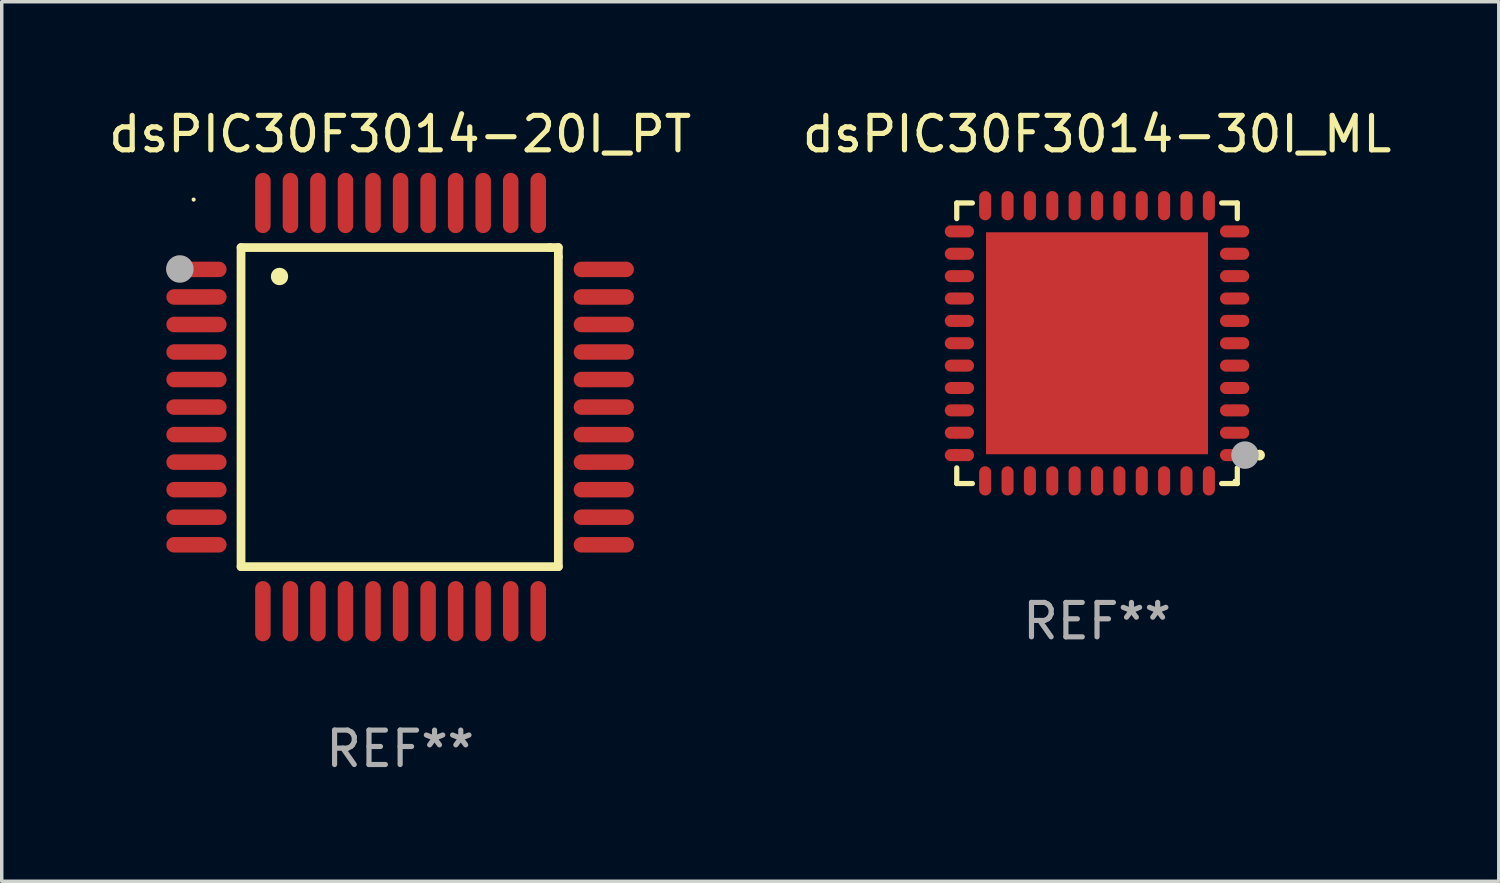
<source format=kicad_pcb>
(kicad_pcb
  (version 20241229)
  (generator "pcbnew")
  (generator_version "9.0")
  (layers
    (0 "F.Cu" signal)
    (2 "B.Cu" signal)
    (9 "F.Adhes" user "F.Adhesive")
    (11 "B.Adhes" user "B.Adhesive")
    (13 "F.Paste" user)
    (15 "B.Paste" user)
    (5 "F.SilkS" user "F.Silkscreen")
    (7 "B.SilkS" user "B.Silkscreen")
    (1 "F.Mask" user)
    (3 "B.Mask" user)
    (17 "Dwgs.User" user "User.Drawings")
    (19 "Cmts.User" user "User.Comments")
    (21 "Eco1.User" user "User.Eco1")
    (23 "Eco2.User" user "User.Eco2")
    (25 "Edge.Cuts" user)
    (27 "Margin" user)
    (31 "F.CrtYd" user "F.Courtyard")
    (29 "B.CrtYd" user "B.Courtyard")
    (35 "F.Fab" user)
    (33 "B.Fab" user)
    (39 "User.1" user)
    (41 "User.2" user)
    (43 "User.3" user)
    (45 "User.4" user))
  (footprint "dsPIC30F3014-20I_PT"
    (layer "F.Cu")
    (at 8.577 8.779)
    (property "Reference" "dsPIC30F3014-20I_PT" (at 0 -7.931 0) (layer "F.SilkS") (effects (font (size 1 1) (thickness 0.15))))
    (attr through_hole)
    (fp_line (start -4.623 -4.636) (end 4.35 -4.636) (stroke (width 0.254) (type solid)) (layer "F.SilkS"))
    (fp_line (start -4.623 4.636) (end -4.623 -4.636) (stroke (width 0.254) (type solid)) (layer "F.SilkS"))
    (fp_line (start 4.35 -4.636) (end 4.597 -4.636) (stroke (width 0.254) (type solid)) (layer "F.SilkS"))
    (fp_line (start 4.597 -4.636) (end 4.597 -4.363) (stroke (width 0.254) (type solid)) (layer "F.SilkS"))
    (fp_line (start 4.597 -4.363) (end 4.597 4.636) (stroke (width 0.254) (type solid)) (layer "F.SilkS"))
    (fp_line (start 4.597 4.636) (end -4.623 4.636) (stroke (width 0.254) (type solid)) (layer "F.SilkS"))
    (fp_arc (start -3.505207 -3.792228) (mid -3.50522 -3.794768) (end -3.505207 -3.797308) (stroke (width 0.5) (type solid)) (layer "F.SilkS"))
    (fp_circle (center -6 -6.03) (end -5.97 -6.03) (stroke (width 0.06) (type solid)) (fill no) (layer "F.SilkS"))
    (fp_circle (center -6.401 -4.013) (end -6.201 -4.013) (stroke (width 0.4) (type solid)) (fill no) (layer "F.Fab"))
    (fp_text user "REF**" (at 0 9.931 0) (layer "F.Fab") (effects (font (size 1 1) (thickness 0.15))))
    (pad "1" smd oval (at -5.918 -4.001 90) (size 0.45 1.75) (layers "F.Cu" "F.Mask" "F.Paste"))
    (pad "2" smd oval (at -5.918 -3.2 90) (size 0.45 1.75) (layers "F.Cu" "F.Mask" "F.Paste"))
    (pad "3" smd oval (at -5.918 -2.4 90) (size 0.45 1.75) (layers "F.Cu" "F.Mask" "F.Paste"))
    (pad "4" smd oval (at -5.918 -1.6 90) (size 0.45 1.75) (layers "F.Cu" "F.Mask" "F.Paste"))
    (pad "5" smd oval (at -5.918 -0.8 90) (size 0.45 1.75) (layers "F.Cu" "F.Mask" "F.Paste"))
    (pad "6" smd oval (at -5.918 0 90) (size 0.45 1.75) (layers "F.Cu" "F.Mask" "F.Paste"))
    (pad "7" smd oval (at -5.918 0.8 90) (size 0.45 1.75) (layers "F.Cu" "F.Mask" "F.Paste"))
    (pad "8" smd oval (at -5.918 1.6 90) (size 0.45 1.75) (layers "F.Cu" "F.Mask" "F.Paste"))
    (pad "9" smd oval (at -5.918 2.4 90) (size 0.45 1.75) (layers "F.Cu" "F.Mask" "F.Paste"))
    (pad "10" smd oval (at -5.918 3.2 90) (size 0.45 1.75) (layers "F.Cu" "F.Mask" "F.Paste"))
    (pad "11" smd oval (at -5.918 4.001 90) (size 0.45 1.75) (layers "F.Cu" "F.Mask" "F.Paste"))
    (pad "12" smd oval (at -3.988 5.931) (size 0.45 1.75) (layers "F.Cu" "F.Mask" "F.Paste"))
    (pad "13" smd oval (at -3.188 5.931) (size 0.45 1.75) (layers "F.Cu" "F.Mask" "F.Paste"))
    (pad "14" smd oval (at -2.388 5.931) (size 0.45 1.75) (layers "F.Cu" "F.Mask" "F.Paste"))
    (pad "15" smd oval (at -1.588 5.931) (size 0.45 1.75) (layers "F.Cu" "F.Mask" "F.Paste"))
    (pad "16" smd oval (at -0.787 5.931) (size 0.45 1.75) (layers "F.Cu" "F.Mask" "F.Paste"))
    (pad "17" smd oval (at 0.013 5.931) (size 0.45 1.75) (layers "F.Cu" "F.Mask" "F.Paste"))
    (pad "18" smd oval (at 0.813 5.931) (size 0.45 1.75) (layers "F.Cu" "F.Mask" "F.Paste"))
    (pad "19" smd oval (at 1.613 5.931) (size 0.45 1.75) (layers "F.Cu" "F.Mask" "F.Paste"))
    (pad "20" smd oval (at 2.413 5.931) (size 0.45 1.75) (layers "F.Cu" "F.Mask" "F.Paste"))
    (pad "21" smd oval (at 3.213 5.931) (size 0.45 1.75) (layers "F.Cu" "F.Mask" "F.Paste"))
    (pad "22" smd oval (at 4.013 5.931) (size 0.45 1.75) (layers "F.Cu" "F.Mask" "F.Paste"))
    (pad "23" smd oval (at 5.918 4.001 90) (size 0.45 1.75) (layers "F.Cu" "F.Mask" "F.Paste"))
    (pad "24" smd oval (at 5.918 3.2 90) (size 0.45 1.75) (layers "F.Cu" "F.Mask" "F.Paste"))
    (pad "25" smd oval (at 5.918 2.4 90) (size 0.45 1.75) (layers "F.Cu" "F.Mask" "F.Paste"))
    (pad "26" smd oval (at 5.918 1.6 90) (size 0.45 1.75) (layers "F.Cu" "F.Mask" "F.Paste"))
    (pad "27" smd oval (at 5.918 0.8 90) (size 0.45 1.75) (layers "F.Cu" "F.Mask" "F.Paste"))
    (pad "28" smd oval (at 5.918 0 90) (size 0.45 1.75) (layers "F.Cu" "F.Mask" "F.Paste"))
    (pad "29" smd oval (at 5.918 -0.8 90) (size 0.45 1.75) (layers "F.Cu" "F.Mask" "F.Paste"))
    (pad "30" smd oval (at 5.918 -1.6 90) (size 0.45 1.75) (layers "F.Cu" "F.Mask" "F.Paste"))
    (pad "31" smd oval (at 5.918 -2.4 90) (size 0.45 1.75) (layers "F.Cu" "F.Mask" "F.Paste"))
    (pad "32" smd oval (at 5.918 -3.2 90) (size 0.45 1.75) (layers "F.Cu" "F.Mask" "F.Paste"))
    (pad "33" smd oval (at 5.918 -4.001 90) (size 0.45 1.75) (layers "F.Cu" "F.Mask" "F.Paste"))
    (pad "34" smd oval (at 4.013 -5.931) (size 0.45 1.75) (layers "F.Cu" "F.Mask" "F.Paste"))
    (pad "35" smd oval (at 3.213 -5.931) (size 0.45 1.75) (layers "F.Cu" "F.Mask" "F.Paste"))
    (pad "36" smd oval (at 2.413 -5.931) (size 0.45 1.75) (layers "F.Cu" "F.Mask" "F.Paste"))
    (pad "37" smd oval (at 1.613 -5.931) (size 0.45 1.75) (layers "F.Cu" "F.Mask" "F.Paste"))
    (pad "38" smd oval (at 0.813 -5.931) (size 0.45 1.75) (layers "F.Cu" "F.Mask" "F.Paste"))
    (pad "39" smd oval (at 0.013 -5.931) (size 0.45 1.75) (layers "F.Cu" "F.Mask" "F.Paste"))
    (pad "40" smd oval (at -0.787 -5.931) (size 0.45 1.75) (layers "F.Cu" "F.Mask" "F.Paste"))
    (pad "41" smd oval (at -1.588 -5.931) (size 0.45 1.75) (layers "F.Cu" "F.Mask" "F.Paste"))
    (pad "42" smd oval (at -2.388 -5.931) (size 0.45 1.75) (layers "F.Cu" "F.Mask" "F.Paste"))
    (pad "43" smd oval (at -3.188 -5.931) (size 0.45 1.75) (layers "F.Cu" "F.Mask" "F.Paste"))
    (pad "44" smd oval (at -3.988 -5.931) (size 0.45 1.75) (layers "F.Cu" "F.Mask" "F.Paste")))
  (footprint "dsPIC30F3014-30I_ML"
    (layer "F.Cu")
    (at 28.827 6.924)
    (property "Reference" "dsPIC30F3014-30I_ML" (at 0 -6.076 0) (layer "F.SilkS") (effects (font (size 1 1) (thickness 0.15))))
    (attr through_hole)
    (fp_line (start -4.076 -4.076) (end -4.076 -3.622) (stroke (width 0.152) (type solid)) (layer "F.SilkS"))
    (fp_line (start -4.076 4.076) (end -4.076 3.622) (stroke (width 0.152) (type solid)) (layer "F.SilkS"))
    (fp_line (start -3.622 -4.076) (end -4.076 -4.076) (stroke (width 0.152) (type solid)) (layer "F.SilkS"))
    (fp_line (start -3.622 4.076) (end -4.076 4.076) (stroke (width 0.152) (type solid)) (layer "F.SilkS"))
    (fp_line (start 3.622 -4.076) (end 4.076 -4.076) (stroke (width 0.152) (type solid)) (layer "F.SilkS"))
    (fp_line (start 3.622 4.076) (end 4.076 4.076) (stroke (width 0.152) (type solid)) (layer "F.SilkS"))
    (fp_line (start 4.076 -4.076) (end 4.076 -3.622) (stroke (width 0.152) (type solid)) (layer "F.SilkS"))
    (fp_line (start 4.076 4.076) (end 4.076 3.622) (stroke (width 0.152) (type solid)) (layer "F.SilkS"))
    (fp_circle (center 4 4) (end 4.03 4) (stroke (width 0.06) (type solid)) (fill no) (layer "F.SilkS"))
    (fp_circle (center 4.722 3.25) (end 4.801 3.25) (stroke (width 0.158) (type solid)) (fill no) (layer "F.SilkS"))
    (fp_circle (center 4.3 3.25) (end 4.5 3.25) (stroke (width 0.4) (type solid)) (fill no) (layer "F.Fab"))
    (fp_text user "REF**" (at 0 8.076 0) (layer "F.Fab") (effects (font (size 1 1) (thickness 0.15))))
    (pad "1" smd oval (at 3.998 3.25) (size 0.85 0.35) (layers "F.Cu" "F.Mask" "F.Paste"))
    (pad "2" smd oval (at 3.998 2.6) (size 0.85 0.35) (layers "F.Cu" "F.Mask" "F.Paste"))
    (pad "3" smd oval (at 3.998 1.95) (size 0.85 0.35) (layers "F.Cu" "F.Mask" "F.Paste"))
    (pad "4" smd oval (at 3.998 1.3) (size 0.85 0.35) (layers "F.Cu" "F.Mask" "F.Paste"))
    (pad "5" smd oval (at 3.998 0.65) (size 0.85 0.35) (layers "F.Cu" "F.Mask" "F.Paste"))
    (pad "6" smd oval (at 3.998 0.000051) (size 0.85 0.35) (layers "F.Cu" "F.Mask" "F.Paste"))
    (pad "7" smd oval (at 3.998 -0.65) (size 0.85 0.35) (layers "F.Cu" "F.Mask" "F.Paste"))
    (pad "8" smd oval (at 3.998 -1.3) (size 0.85 0.35) (layers "F.Cu" "F.Mask" "F.Paste"))
    (pad "9" smd oval (at 3.998 -1.95) (size 0.85 0.35) (layers "F.Cu" "F.Mask" "F.Paste"))
    (pad "10" smd oval (at 3.998 -2.6) (size 0.85 0.35) (layers "F.Cu" "F.Mask" "F.Paste"))
    (pad "11" smd oval (at 3.998 -3.25) (size 0.85 0.35) (layers "F.Cu" "F.Mask" "F.Paste"))
    (pad "12" smd oval (at 3.25 -3.998) (size 0.35 0.85) (layers "F.Cu" "F.Mask" "F.Paste"))
    (pad "13" smd oval (at 2.6 -3.998) (size 0.35 0.85) (layers "F.Cu" "F.Mask" "F.Paste"))
    (pad "14" smd oval (at 1.95 -3.998) (size 0.35 0.85) (layers "F.Cu" "F.Mask" "F.Paste"))
    (pad "15" smd oval (at 1.3 -3.998) (size 0.35 0.85) (layers "F.Cu" "F.Mask" "F.Paste"))
    (pad "16" smd oval (at 0.65 -3.998) (size 0.35 0.85) (layers "F.Cu" "F.Mask" "F.Paste"))
    (pad "17" smd oval (at -0.000127 -3.998) (size 0.35 0.85) (layers "F.Cu" "F.Mask" "F.Paste"))
    (pad "18" smd oval (at -0.65 -3.998) (size 0.35 0.85) (layers "F.Cu" "F.Mask" "F.Paste"))
    (pad "19" smd oval (at -1.3 -3.998) (size 0.35 0.85) (layers "F.Cu" "F.Mask" "F.Paste"))
    (pad "20" smd oval (at -1.95 -3.998) (size 0.35 0.85) (layers "F.Cu" "F.Mask" "F.Paste"))
    (pad "21" smd oval (at -2.6 -3.998) (size 0.35 0.85) (layers "F.Cu" "F.Mask" "F.Paste"))
    (pad "22" smd oval (at -3.25 -3.998) (size 0.35 0.85) (layers "F.Cu" "F.Mask" "F.Paste"))
    (pad "23" smd oval (at -3.999 -3.25) (size 0.85 0.35) (layers "F.Cu" "F.Mask" "F.Paste"))
    (pad "24" smd oval (at -3.999 -2.6) (size 0.85 0.35) (layers "F.Cu" "F.Mask" "F.Paste"))
    (pad "25" smd oval (at -3.999 -1.95) (size 0.85 0.35) (layers "F.Cu" "F.Mask" "F.Paste"))
    (pad "26" smd oval (at -3.999 -1.3) (size 0.85 0.35) (layers "F.Cu" "F.Mask" "F.Paste"))
    (pad "27" smd oval (at -3.999 -0.65) (size 0.85 0.35) (layers "F.Cu" "F.Mask" "F.Paste"))
    (pad "28" smd oval (at -3.999 0.000051) (size 0.85 0.35) (layers "F.Cu" "F.Mask" "F.Paste"))
    (pad "29" smd oval (at -3.999 0.65) (size 0.85 0.35) (layers "F.Cu" "F.Mask" "F.Paste"))
    (pad "30" smd oval (at -3.999 1.3) (size 0.85 0.35) (layers "F.Cu" "F.Mask" "F.Paste"))
    (pad "31" smd oval (at -3.999 1.95) (size 0.85 0.35) (layers "F.Cu" "F.Mask" "F.Paste"))
    (pad "32" smd oval (at -3.999 2.6) (size 0.85 0.35) (layers "F.Cu" "F.Mask" "F.Paste"))
    (pad "33" smd oval (at -3.999 3.25) (size 0.85 0.35) (layers "F.Cu" "F.Mask" "F.Paste"))
    (pad "34" smd oval (at -3.25 3.999) (size 0.35 0.85) (layers "F.Cu" "F.Mask" "F.Paste"))
    (pad "35" smd oval (at -2.6 3.999) (size 0.35 0.85) (layers "F.Cu" "F.Mask" "F.Paste"))
    (pad "36" smd oval (at -1.95 3.999) (size 0.35 0.85) (layers "F.Cu" "F.Mask" "F.Paste"))
    (pad "37" smd oval (at -1.3 3.999) (size 0.35 0.85) (layers "F.Cu" "F.Mask" "F.Paste"))
    (pad "38" smd oval (at -0.65 3.999) (size 0.35 0.85) (layers "F.Cu" "F.Mask" "F.Paste"))
    (pad "39" smd oval (at -0.000127 3.999) (size 0.35 0.85) (layers "F.Cu" "F.Mask" "F.Paste"))
    (pad "40" smd oval (at 0.65 3.999) (size 0.35 0.85) (layers "F.Cu" "F.Mask" "F.Paste"))
    (pad "41" smd oval (at 1.3 3.999) (size 0.35 0.85) (layers "F.Cu" "F.Mask" "F.Paste"))
    (pad "42" smd oval (at 1.95 3.999) (size 0.35 0.85) (layers "F.Cu" "F.Mask" "F.Paste"))
    (pad "43" smd oval (at 2.6 3.999) (size 0.35 0.85) (layers "F.Cu" "F.Mask" "F.Paste"))
    (pad "44" smd oval (at 3.25 3.999) (size 0.35 0.85) (layers "F.Cu" "F.Mask" "F.Paste"))
    (pad "45" smd rect (at -0.000127 0.000051) (size 6.45 6.45) (layers "F.Cu" "F.Mask" "F.Paste")))
  (gr_rect
    (start -3 -3)
    (end 40.5 22.558)
    (stroke (width 0.1) (type default))
    (fill no)
    (layer "Edge.Cuts")))
</source>
